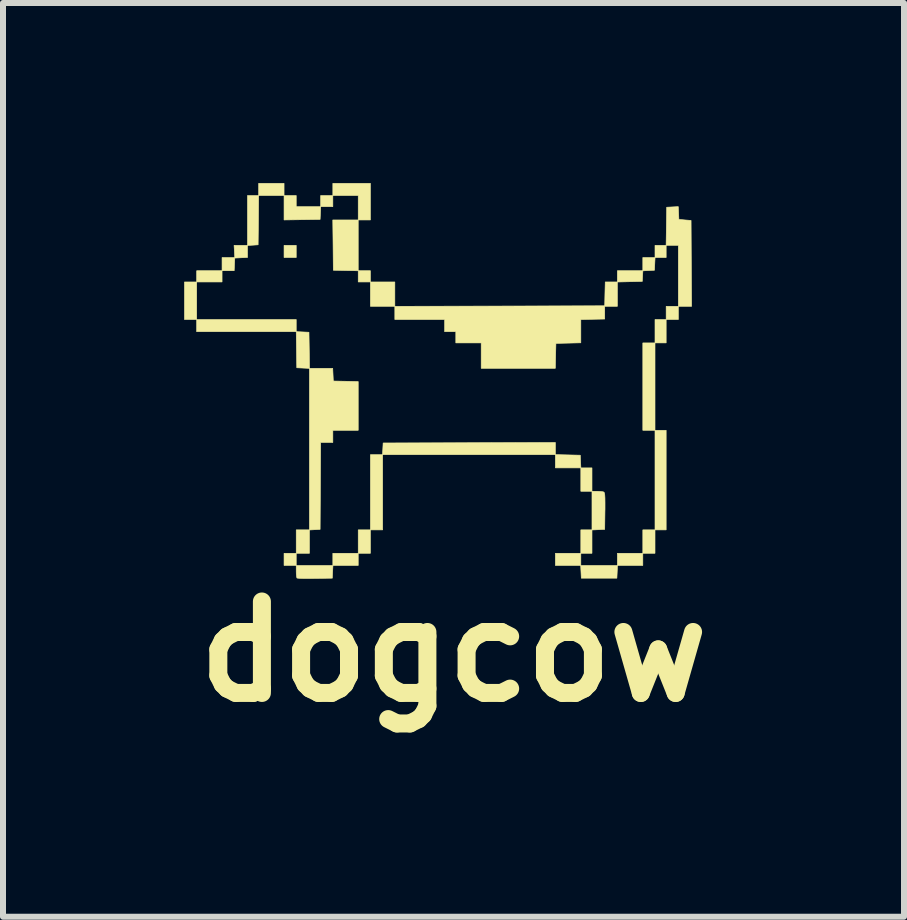
<source format=kicad_pcb>
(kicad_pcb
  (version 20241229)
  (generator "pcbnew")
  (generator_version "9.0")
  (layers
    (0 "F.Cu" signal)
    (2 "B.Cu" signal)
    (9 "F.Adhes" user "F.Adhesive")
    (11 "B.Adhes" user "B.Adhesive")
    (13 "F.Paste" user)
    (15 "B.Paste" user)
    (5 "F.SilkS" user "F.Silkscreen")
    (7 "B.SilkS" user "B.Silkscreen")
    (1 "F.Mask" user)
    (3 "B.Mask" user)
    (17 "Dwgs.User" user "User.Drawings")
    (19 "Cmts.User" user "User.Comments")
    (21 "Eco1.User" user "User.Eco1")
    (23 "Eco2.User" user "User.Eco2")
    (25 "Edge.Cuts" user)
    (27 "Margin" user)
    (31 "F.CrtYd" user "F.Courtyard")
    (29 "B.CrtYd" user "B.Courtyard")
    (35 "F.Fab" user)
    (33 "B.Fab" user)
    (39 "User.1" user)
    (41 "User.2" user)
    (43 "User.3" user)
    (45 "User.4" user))
  (footprint "dogcow"
    (layer "F.Cu")
    (at 4.257 3.307)
    (property "Reference" "dogcow" (at 0.25 4.5 0) (layer "F.SilkS") (effects (font (size 1.524 1.524) (thickness 0.3))))
    (attr through_hole)
    (fp_poly (pts (xy -4.03 -1.033) (xy -4.233 -1.033) (xy -4.233 -1.659) (xy -4.03 -1.659) (xy -4.03 -1.033)) (stroke (width 0.01) (type solid)) (fill yes) (layer "F.SilkS"))
    (fp_poly (pts (xy -3.607 -1.659) (xy -4.03 -1.659) (xy -4.03 -1.846) (xy -3.607 -1.846) (xy -3.607 -1.659)) (stroke (width 0.01) (type solid)) (fill yes) (layer "F.SilkS"))
    (fp_poly (pts (xy -2.371 -2.066) (xy -2.574 -2.066) (xy -2.574 -2.269) (xy -2.371 -2.269) (xy -2.371 -2.066)) (stroke (width 0.01) (type solid)) (fill yes) (layer "F.SilkS"))
    (fp_poly (pts (xy -2.371 3.065) (xy -2.574 3.065) (xy -2.574 2.862) (xy -2.371 2.862) (xy -2.371 3.065)) (stroke (width 0.01) (type solid)) (fill yes) (layer "F.SilkS"))
    (fp_poly (pts (xy -1.338 2.472) (xy -1.135 2.472) (xy -1.135 2.862) (xy -1.338 2.862) (xy -1.338 2.472)) (stroke (width 0.01) (type solid)) (fill yes) (layer "F.SilkS"))
    (fp_poly (pts (xy -0.728 -1.659) (xy -0.728 -1.253) (xy -1.135 -1.253) (xy -1.135 -1.659) (xy -0.728 -1.659)) (stroke (width 0.01) (type solid)) (fill yes) (layer "F.SilkS"))
    (fp_poly (pts (xy 3.607 0.813) (xy 3.404 0.813) (xy 3.404 -0.643) (xy 3.607 -0.643) (xy 3.607 0.813)) (stroke (width 0.01) (type solid)) (fill yes) (layer "F.SilkS"))
    (fp_poly (pts (xy 3.607 2.862) (xy 3.404 2.862) (xy 3.404 2.472) (xy 3.607 2.472) (xy 3.607 2.862)) (stroke (width 0.01) (type solid)) (fill yes) (layer "F.SilkS"))
    (fp_poly (pts (xy 3.793 -0.643) (xy 3.607 -0.643) (xy 3.607 -1.033) (xy 3.793 -1.033) (xy 3.793 -0.643)) (stroke (width 0.01) (type solid)) (fill yes) (layer "F.SilkS"))
    (fp_poly (pts (xy 3.793 0.813) (xy 3.793 2.472) (xy 3.607 2.472) (xy 3.607 0.813) (xy 3.793 0.813)) (stroke (width 0.01) (type solid)) (fill yes) (layer "F.SilkS"))
    (fp_poly (pts (xy 3.996 -1.033) (xy 3.793 -1.033) (xy 3.793 -1.253) (xy 3.996 -1.253) (xy 3.996 -1.033)) (stroke (width 0.01) (type solid)) (fill yes) (layer "F.SilkS"))
    (fp_poly (pts (xy -1.338 -3.099) (xy -1.761 -3.099) (xy -1.761 -3.302) (xy -1.135 -3.302) (xy -1.135 -2.692) (xy -1.338 -2.692) (xy -1.338 -3.099)) (stroke (width 0.01) (type solid)) (fill yes) (layer "F.SilkS"))
    (fp_poly (pts (xy -1.338 -1.659) (xy -1.338 -1.845) (xy -1.545 -1.849) (xy -1.753 -1.854) (xy -1.757 -2.273) (xy -1.762 -2.692) (xy -1.338 -2.692) (xy -1.338 -1.846) (xy -1.135 -1.846) (xy -1.135 -1.659) (xy -1.338 -1.659)) (stroke (width 0.01) (type solid)) (fill yes) (layer "F.SilkS"))
    (fp_poly (pts (xy -1.761 -2.913) (xy -1.963 -2.913) (xy -1.968 -2.807) (xy -1.973 -2.701) (xy -2.574 -2.692) (xy -2.574 -3.099) (xy -2.371 -3.099) (xy -2.371 -2.913) (xy -1.964 -2.913) (xy -1.964 -3.099) (xy -1.761 -3.099) (xy -1.761 -2.913)) (stroke (width 0.01) (type solid)) (fill yes) (layer "F.SilkS"))
    (fp_poly (pts (xy 3.404 3.065) (xy 2.982 3.065) (xy 2.977 3.171) (xy 2.972 3.277) (xy 2.379 3.277) (xy 2.374 3.171) (xy 2.369 3.065) (xy 1.947 3.065) (xy 1.947 2.862) (xy 2.371 2.862) (xy 2.371 3.065) (xy 2.98 3.065) (xy 2.98 2.862) (xy 3.404 2.862) (xy 3.404 3.065)) (stroke (width 0.01) (type solid)) (fill yes) (layer "F.SilkS"))
    (fp_poly (pts (xy -1.761 3.065) (xy -1.761 2.862) (xy -1.338 2.862) (xy -1.338 3.065) (xy -1.759 3.065) (xy -1.77 3.277) (xy -2.058 3.281) (xy -2.154 3.282) (xy -2.238 3.282) (xy -2.304 3.28) (xy -2.346 3.277) (xy -2.359 3.274) (xy -2.365 3.252) (xy -2.37 3.207) (xy -2.371 3.164) (xy -2.371 3.065) (xy -1.761 3.065)) (stroke (width 0.01) (type solid)) (fill yes) (layer "F.SilkS"))
    (fp_poly (pts (xy 2.371 2.472) (xy 2.557 2.472) (xy 2.557 1.829) (xy 2.646 1.829) (xy 2.701 1.832) (xy 2.743 1.838) (xy 2.756 1.843) (xy 2.764 1.857) (xy 2.77 1.888) (xy 2.773 1.941) (xy 2.774 2.019) (xy 2.774 2.127) (xy 2.773 2.16) (xy 2.769 2.464) (xy 2.663 2.469) (xy 2.557 2.474) (xy 2.557 2.862) (xy 2.371 2.862) (xy 2.371 2.472)) (stroke (width 0.01) (type solid)) (fill yes) (layer "F.SilkS"))
    (fp_poly (pts (xy -3.607 -2.066) (xy -3.395 -2.066) (xy -3.407 -2.269) (xy -3.183 -2.269) (xy -3.183 -3.099) (xy -2.997 -3.099) (xy -2.997 -3.302) (xy -2.574 -3.302) (xy -2.574 -3.099) (xy -2.997 -3.099) (xy -3.001 -2.688) (xy -3.006 -2.278) (xy -3.095 -2.272) (xy -3.183 -2.267) (xy -3.183 -2.067) (xy -3.289 -2.062) (xy -3.395 -2.057) (xy -3.405 -1.846) (xy -3.607 -1.846) (xy -3.607 -2.066)) (stroke (width 0.01) (type solid)) (fill yes) (layer "F.SilkS"))
    (fp_poly (pts (xy -1.135 1.219) (xy -0.933 1.219) (xy -0.928 1.122) (xy -0.923 1.024) (xy 1.947 1.016) (xy 1.947 1.218) (xy 2.155 1.223) (xy 2.362 1.228) (xy 2.367 1.334) (xy 2.372 1.439) (xy 2.557 1.439) (xy 2.557 1.829) (xy 2.371 1.829) (xy 2.371 1.439) (xy 1.947 1.439) (xy 1.947 1.219) (xy -0.931 1.219) (xy -0.931 2.472) (xy -1.135 2.472) (xy -1.135 1.219)) (stroke (width 0.01) (type solid)) (fill yes) (layer "F.SilkS"))
    (fp_poly (pts (xy -2.371 -1.033) (xy -2.371 -0.831) (xy -2.265 -0.826) (xy -2.159 -0.821) (xy -2.154 -0.521) (xy -2.15 -0.22) (xy -1.763 -0.22) (xy -1.758 -0.114) (xy -1.753 -0.008) (xy -1.545 -0.004) (xy -1.338 0.001) (xy -1.338 0.813) (xy -1.761 0.813) (xy -1.761 1.016) (xy -1.964 1.016) (xy -1.973 2.464) (xy -2.062 2.469) (xy -2.151 2.474) (xy -2.151 2.862) (xy -2.371 2.862) (xy -2.371 2.472) (xy -2.151 2.472) (xy -2.151 -0.219) (xy -2.362 -0.229) (xy -2.371 -0.83) (xy -4.03 -0.83) (xy -4.03 -1.033) (xy -2.371 -1.033)) (stroke (width 0.01) (type solid)) (fill yes) (layer "F.SilkS"))
    (fp_poly (pts (xy 3.996 -2.269) (xy 3.793 -2.269) (xy 3.793 -2.066) (xy 3.608 -2.066) (xy 3.603 -1.96) (xy 3.598 -1.854) (xy 3.502 -1.849) (xy 3.405 -1.844) (xy 3.4 -1.756) (xy 3.395 -1.668) (xy 3.188 -1.663) (xy 2.98 -1.658) (xy 2.98 -1.253) (xy 2.769 -1.253) (xy 2.769 -1.041) (xy 2.57 -1.037) (xy 2.371 -1.032) (xy 2.371 -0.645) (xy 1.956 -0.635) (xy 1.951 -0.428) (xy 1.946 -0.22) (xy 0.711 -0.22) (xy 0.711 -0.643) (xy 0.288 -0.643) (xy 0.288 -0.83) (xy 0.102 -0.83) (xy 0.102 -1.033) (xy -0.728 -1.033) (xy -0.728 -1.253) (xy 1.02 -1.257) (xy 2.769 -1.262) (xy 2.773 -1.46) (xy 2.778 -1.659) (xy 2.98 -1.659) (xy 2.98 -1.846) (xy 3.404 -1.846) (xy 3.404 -2.066) (xy 3.607 -2.066) (xy 3.607 -2.269) (xy 3.792 -2.269) (xy 3.802 -2.904) (xy 3.898 -2.909) (xy 3.995 -2.914) (xy 4 -2.808) (xy 4.005 -2.701) (xy 4.106 -2.692) (xy 4.208 -2.684) (xy 4.212 -1.968) (xy 4.217 -1.253) (xy 3.996 -1.253) (xy 3.996 -2.269)) (stroke (width 0.01) (type solid)) (fill yes) (layer "F.SilkS")))
  (gr_rect
    (start -3 -3)
    (end 12.013 12.225)
    (stroke (width 0.1) (type default))
    (fill no)
    (layer "Edge.Cuts")))
</source>
